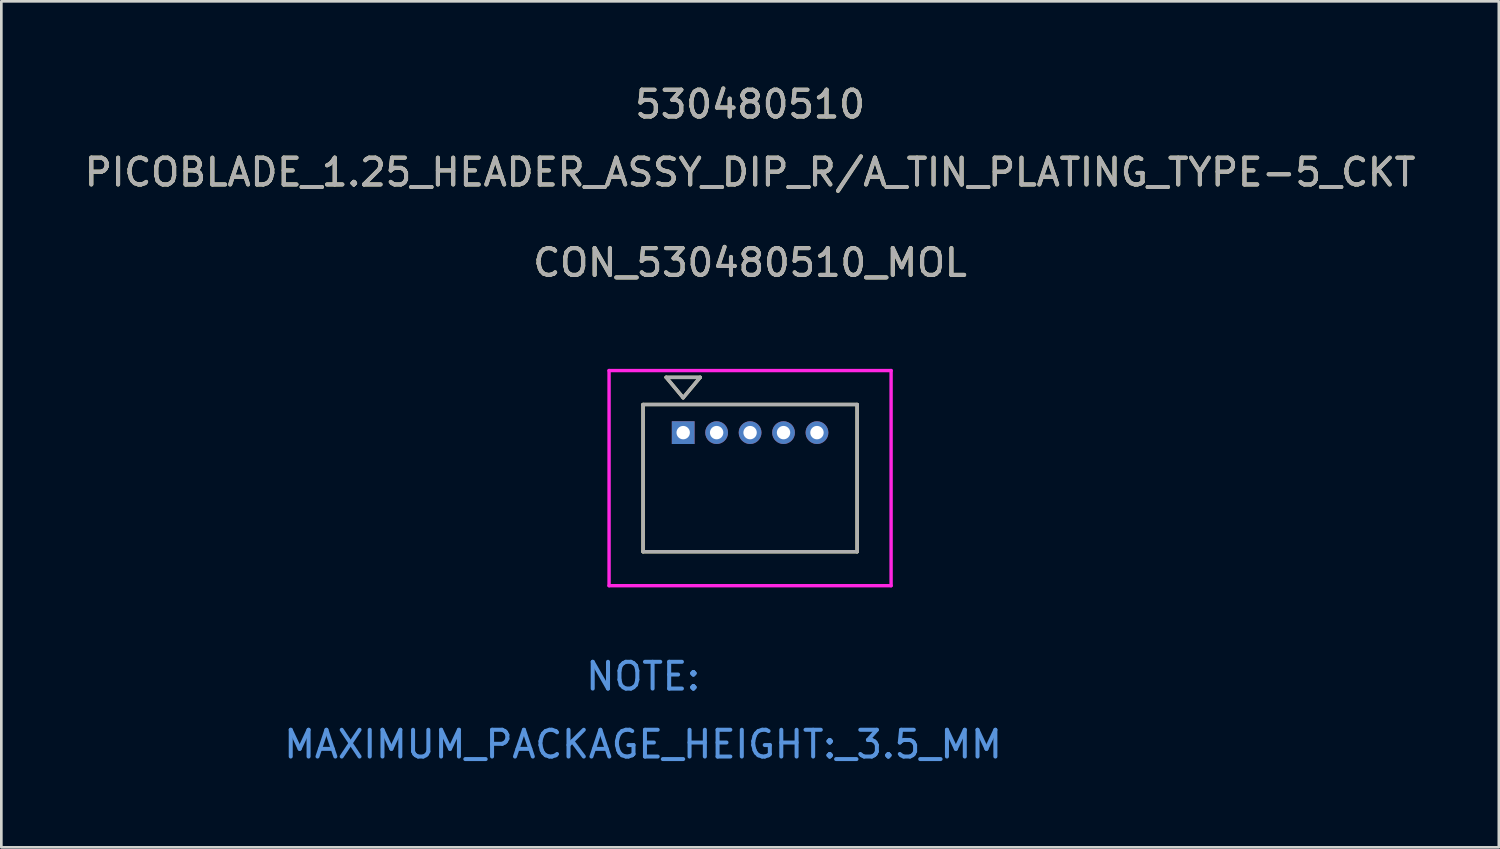
<source format=kicad_pcb>
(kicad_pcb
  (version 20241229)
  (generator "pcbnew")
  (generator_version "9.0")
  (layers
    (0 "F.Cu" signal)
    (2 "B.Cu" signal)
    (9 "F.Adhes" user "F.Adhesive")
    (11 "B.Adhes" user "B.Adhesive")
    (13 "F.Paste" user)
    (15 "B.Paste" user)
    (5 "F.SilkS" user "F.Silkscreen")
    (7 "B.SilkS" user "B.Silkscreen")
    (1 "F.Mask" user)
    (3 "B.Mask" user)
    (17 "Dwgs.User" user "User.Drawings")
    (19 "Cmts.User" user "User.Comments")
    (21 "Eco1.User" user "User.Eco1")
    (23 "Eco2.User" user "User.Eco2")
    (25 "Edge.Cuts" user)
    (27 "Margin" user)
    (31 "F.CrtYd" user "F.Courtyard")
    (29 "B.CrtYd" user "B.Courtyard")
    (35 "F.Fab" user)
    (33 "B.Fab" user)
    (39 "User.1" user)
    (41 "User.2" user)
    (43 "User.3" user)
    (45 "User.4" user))
  (footprint "CON_530480510_MOL"
    (layer "F.Cu")
    (at 22.482 13.118)
    (property "Reference" "CON_530480510_MOL" (at 2.5 -6.35 0) (unlocked yes) (layer "F.SilkS") (effects (font (size 1 1) (thickness 0.15))))
    (attr through_hole)
    (fp_line (start -1.5 -1.05) (end -1.5 4.45) (stroke (width 0.127) (type solid)) (layer "F.SilkS"))
    (fp_line (start -1.5 4.45) (end 6.5 4.45) (stroke (width 0.127) (type solid)) (layer "F.SilkS"))
    (fp_line (start -0.635 -2.066) (end 0 -1.304) (stroke (width 0.127) (type solid)) (layer "F.SilkS"))
    (fp_line (start 0 -1.304) (end 0.635 -2.066) (stroke (width 0.127) (type solid)) (layer "F.SilkS"))
    (fp_line (start 0.635 -2.066) (end -0.635 -2.066) (stroke (width 0.127) (type solid)) (layer "F.SilkS"))
    (fp_line (start 6.5 -1.05) (end -1.5 -1.05) (stroke (width 0.127) (type solid)) (layer "F.SilkS"))
    (fp_line (start 6.5 4.45) (end 6.5 -1.05) (stroke (width 0.127) (type solid)) (layer "F.SilkS"))
    (fp_line (start -2.77 -2.32) (end -2.77 5.72) (stroke (width 0.127) (type solid)) (layer "F.CrtYd"))
    (fp_line (start -2.77 5.72) (end 7.77 5.72) (stroke (width 0.127) (type solid)) (layer "F.CrtYd"))
    (fp_line (start 7.77 -2.32) (end -2.77 -2.32) (stroke (width 0.127) (type solid)) (layer "F.CrtYd"))
    (fp_line (start 7.77 5.72) (end 7.77 -2.32) (stroke (width 0.127) (type solid)) (layer "F.CrtYd"))
    (fp_line (start -1.5 -1.05) (end -1.5 4.45) (stroke (width 0.127) (type solid)) (layer "F.Fab"))
    (fp_line (start -1.5 4.45) (end 6.5 4.45) (stroke (width 0.127) (type solid)) (layer "F.Fab"))
    (fp_line (start -0.635 -2.066) (end 0 -1.304) (stroke (width 0.127) (type solid)) (layer "F.Fab"))
    (fp_line (start 0 -1.304) (end 0.635 -2.066) (stroke (width 0.127) (type solid)) (layer "F.Fab"))
    (fp_line (start 0.635 -2.066) (end -0.635 -2.066) (stroke (width 0.127) (type solid)) (layer "F.Fab"))
    (fp_line (start 6.5 -1.05) (end -1.5 -1.05) (stroke (width 0.127) (type solid)) (layer "F.Fab"))
    (fp_line (start 6.5 4.45) (end 6.5 -1.05) (stroke (width 0.127) (type solid)) (layer "F.Fab"))
    (fp_text user "PICOBLADE_1.25_HEADER_ASSY_DIP_R/A_TIN_PLATING_TYPE-5_CKT" (at 2.5 -9.73 0) (unlocked yes) (layer "F.SilkS") (effects (font (size 1 1) (thickness 0.15))))
    (fp_text user "530480510" (at 2.5 -12.27 0) (unlocked yes) (layer "F.SilkS") (effects (font (size 1 1) (thickness 0.15))))
    (fp_text user "NOTE:" (at -1.5 9.11 0) (unlocked yes) (layer "Cmts.User") (effects (font (size 1 1) (thickness 0.15))))
    (fp_text user "MAXIMUM_PACKAGE_HEIGHT:_3.5_MM" (at -1.5 11.65 0) (unlocked yes) (layer "Cmts.User") (effects (font (size 1 1) (thickness 0.15))))
    (fp_text user "530480510" (at 2.5 -12.27 0) (unlocked yes) (layer "F.Fab") (effects (font (size 1 1) (thickness 0.15))))
    (fp_text user "PICOBLADE_1.25_HEADER_ASSY_DIP_R/A_TIN_PLATING_TYPE-5_CKT" (at 2.5 -9.73 0) (unlocked yes) (layer "F.Fab") (effects (font (size 1 1) (thickness 0.15))))
    (fp_text user "${REFERENCE}" (at 2.5 -6.35 0) (unlocked yes) (layer "F.Fab") (effects (font (size 1 1) (thickness 0.15))))
    (pad "1" thru_hole rect (at 0 0) (size 0.85 0.85) (drill 0.5) (layers "*.Cu" "*.Mask"))
    (pad "2" thru_hole circle (at 1.25 0) (size 0.85 0.85) (drill 0.5) (layers "*.Cu" "*.Mask"))
    (pad "3" thru_hole circle (at 2.5 0) (size 0.85 0.85) (drill 0.5) (layers "*.Cu" "*.Mask"))
    (pad "4" thru_hole circle (at 3.75 0) (size 0.85 0.85) (drill 0.5) (layers "*.Cu" "*.Mask"))
    (pad "5" thru_hole circle (at 5 0) (size 0.85 0.85) (drill 0.5) (layers "*.Cu" "*.Mask")))
  (gr_rect
    (start -3 -3)
    (end 52.964 28.616)
    (stroke (width 0.1) (type default))
    (fill no)
    (layer "Edge.Cuts")))
</source>
